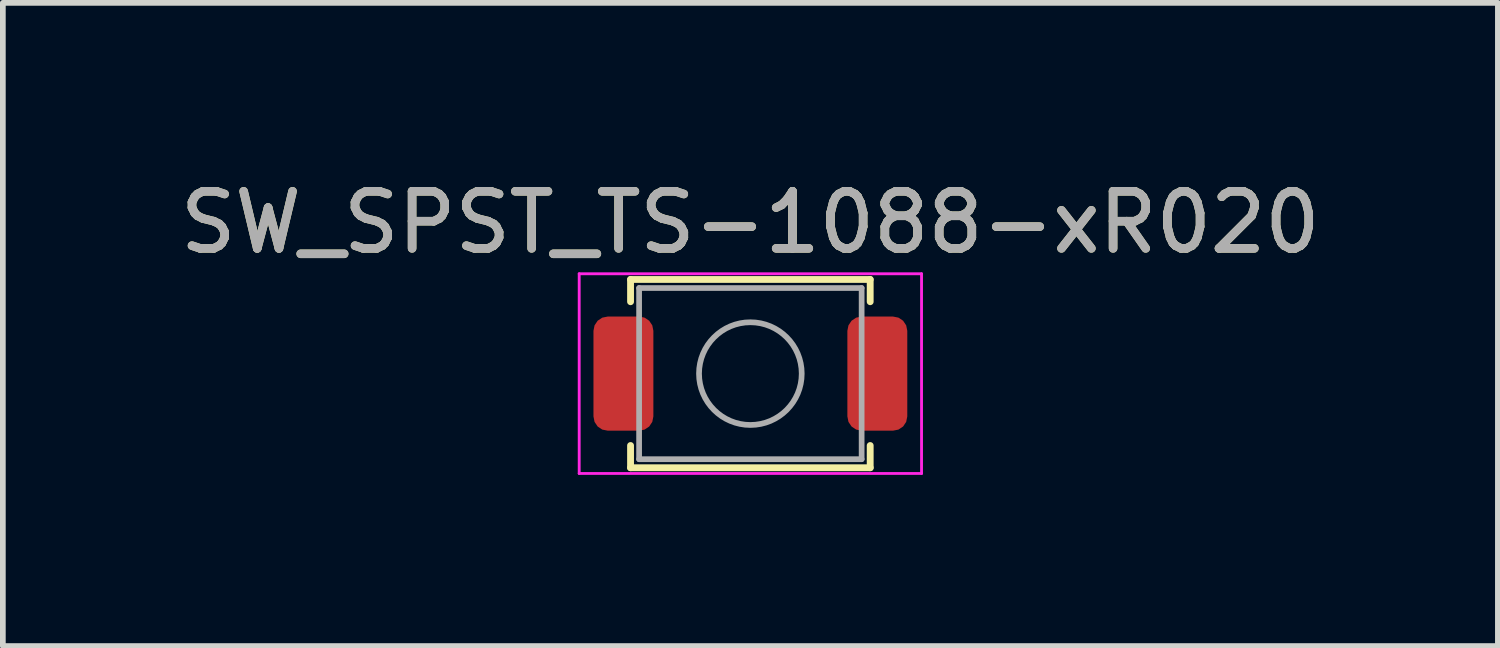
<source format=kicad_pcb>
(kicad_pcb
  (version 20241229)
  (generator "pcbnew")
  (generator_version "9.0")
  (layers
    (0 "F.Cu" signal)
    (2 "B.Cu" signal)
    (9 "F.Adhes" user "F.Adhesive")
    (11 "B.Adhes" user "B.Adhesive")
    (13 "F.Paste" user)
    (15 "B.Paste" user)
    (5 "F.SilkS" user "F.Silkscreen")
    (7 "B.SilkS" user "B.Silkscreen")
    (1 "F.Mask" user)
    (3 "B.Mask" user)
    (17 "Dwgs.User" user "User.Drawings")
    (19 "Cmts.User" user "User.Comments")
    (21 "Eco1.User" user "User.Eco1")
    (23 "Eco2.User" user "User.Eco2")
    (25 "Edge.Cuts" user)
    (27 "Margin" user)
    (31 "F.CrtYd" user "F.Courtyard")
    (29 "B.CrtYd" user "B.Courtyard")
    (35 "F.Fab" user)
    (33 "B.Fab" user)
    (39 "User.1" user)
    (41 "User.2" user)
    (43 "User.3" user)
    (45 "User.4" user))
  (footprint "SW_SPST_TS-1088-xR020"
    (layer "F.Cu")
    (at 10.101 3.498)
    (property "Reference" "SW_SPST_TS-1088-xR020" (at 0 -2.65 0) (layer "F.SilkS") (effects (font (size 1 1) (thickness 0.15))))
    (attr smd)
    (fp_line (start -2.1 -1.65) (end 2.1 -1.65) (stroke (width 0.12) (type solid)) (layer "F.SilkS"))
    (fp_line (start -2.1 -1.26) (end -2.1 -1.65) (stroke (width 0.12) (type solid)) (layer "F.SilkS"))
    (fp_line (start -2.1 1.26) (end -2.1 1.65) (stroke (width 0.12) (type solid)) (layer "F.SilkS"))
    (fp_line (start -2.1 1.65) (end 2.1 1.65) (stroke (width 0.12) (type solid)) (layer "F.SilkS"))
    (fp_line (start 2.1 -1.65) (end 2.1 -1.26) (stroke (width 0.12) (type solid)) (layer "F.SilkS"))
    (fp_line (start 2.1 1.65) (end 2.1 1.26) (stroke (width 0.12) (type solid)) (layer "F.SilkS"))
    (fp_line (start -3 -1.75) (end -3 1.75) (stroke (width 0.05) (type solid)) (layer "F.CrtYd"))
    (fp_line (start -3 1.75) (end 3 1.75) (stroke (width 0.05) (type solid)) (layer "F.CrtYd"))
    (fp_line (start 3 -1.75) (end -3 -1.75) (stroke (width 0.05) (type solid)) (layer "F.CrtYd"))
    (fp_line (start 3 1.75) (end 3 -1.75) (stroke (width 0.05) (type solid)) (layer "F.CrtYd"))
    (fp_line (start -1.95 -1.5) (end 1.95 -1.5) (stroke (width 0.1) (type solid)) (layer "F.Fab"))
    (fp_line (start -1.95 1.5) (end -1.95 -1.5) (stroke (width 0.1) (type solid)) (layer "F.Fab"))
    (fp_line (start -1.95 1.5) (end 1.95 1.5) (stroke (width 0.1) (type solid)) (layer "F.Fab"))
    (fp_line (start 1.95 -1.5) (end 1.95 1.5) (stroke (width 0.1) (type solid)) (layer "F.Fab"))
    (fp_circle (center 0 0) (end 0.9 0) (stroke (width 0.1) (type solid)) (fill no) (layer "F.Fab"))
    (fp_text user "${REFERENCE}" (at 0 -2.65 0) (layer "F.Fab") (effects (font (size 1 1) (thickness 0.15))))
    (pad "1" smd roundrect (at -2.225 0) (size 1.05 2) (layers "F.Cu" "F.Mask" "F.Paste") (roundrect_rratio 0.238))
    (pad "2" smd roundrect (at 2.225 0) (size 1.05 2) (layers "F.Cu" "F.Mask" "F.Paste") (roundrect_rratio 0.238)))
  (gr_rect
    (start -3 -3)
    (end 23.202 8.273)
    (stroke (width 0.1) (type default))
    (fill no)
    (layer "Edge.Cuts")))
</source>
